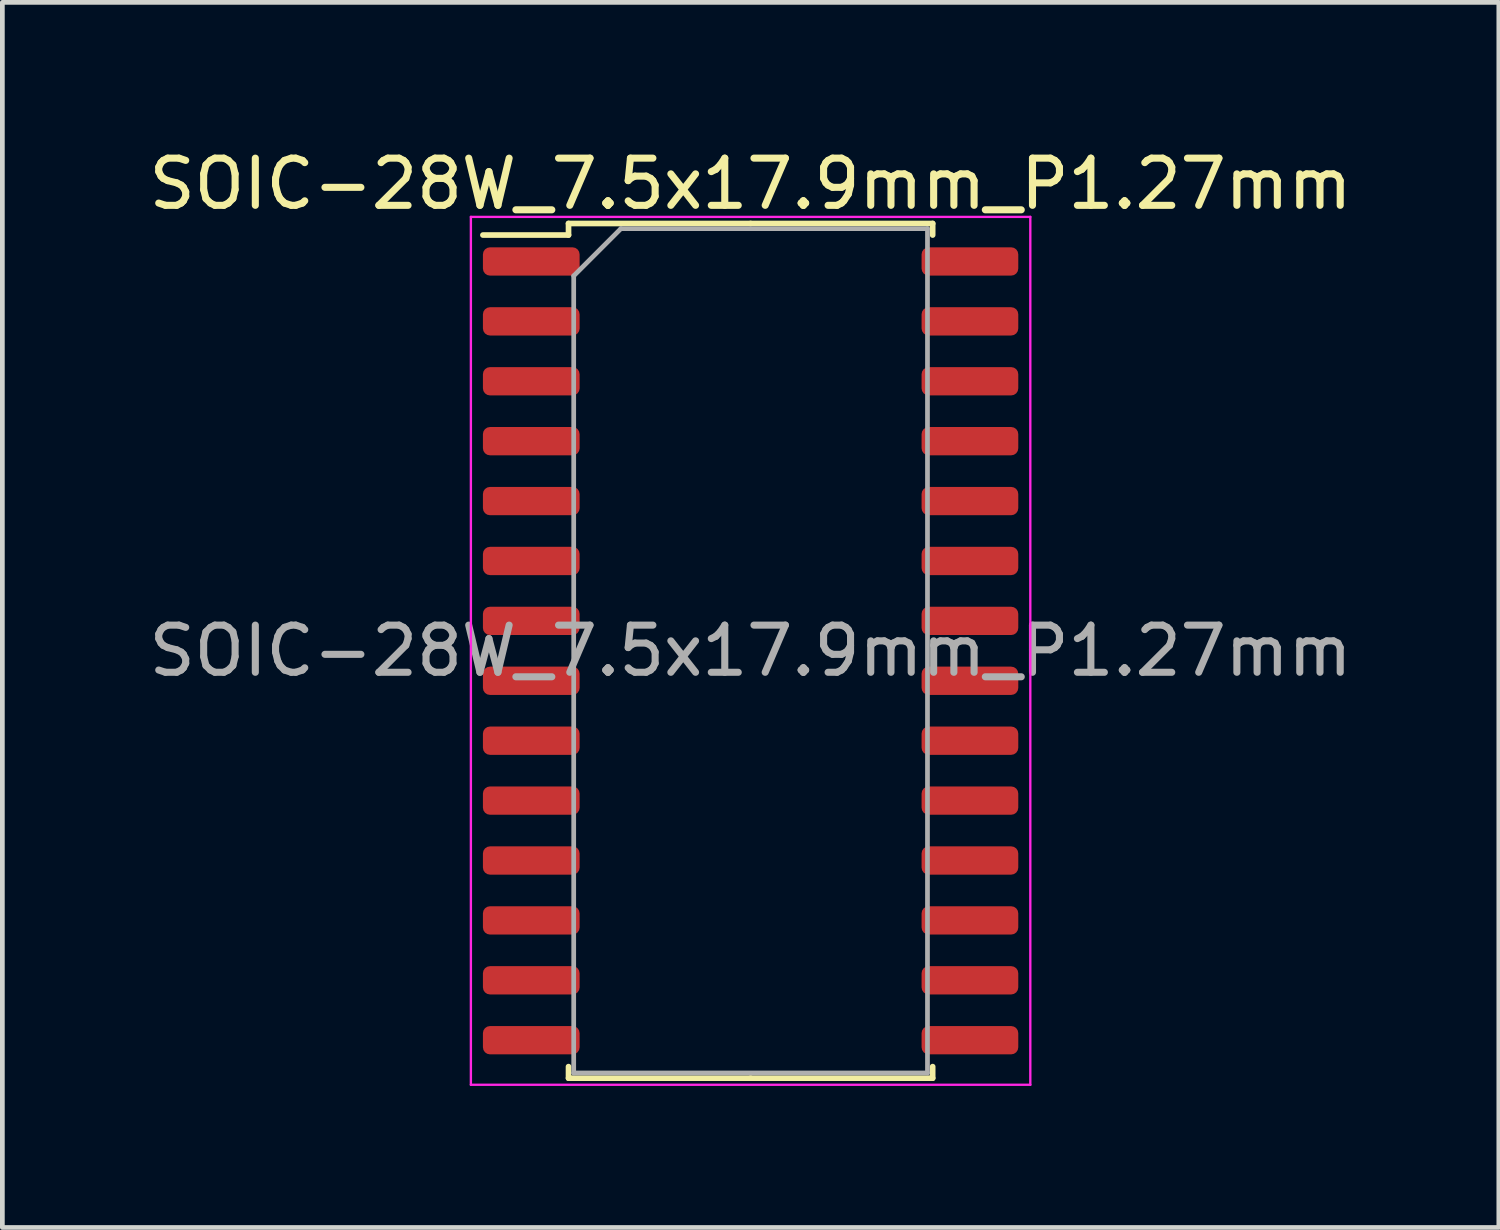
<source format=kicad_pcb>
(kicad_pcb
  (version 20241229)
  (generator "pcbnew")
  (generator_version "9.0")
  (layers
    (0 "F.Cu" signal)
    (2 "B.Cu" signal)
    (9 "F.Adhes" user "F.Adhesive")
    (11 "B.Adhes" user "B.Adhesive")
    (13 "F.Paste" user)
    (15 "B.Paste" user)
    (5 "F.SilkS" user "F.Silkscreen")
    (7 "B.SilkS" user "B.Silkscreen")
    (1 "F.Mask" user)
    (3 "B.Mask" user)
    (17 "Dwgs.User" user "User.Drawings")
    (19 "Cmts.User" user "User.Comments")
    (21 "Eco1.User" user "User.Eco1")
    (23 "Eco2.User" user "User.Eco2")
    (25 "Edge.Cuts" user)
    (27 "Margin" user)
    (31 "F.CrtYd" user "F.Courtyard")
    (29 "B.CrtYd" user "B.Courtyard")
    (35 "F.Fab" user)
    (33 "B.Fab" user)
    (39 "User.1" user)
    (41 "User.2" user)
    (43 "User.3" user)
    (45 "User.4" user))
  (footprint "SOIC-28W_7.5x17.9mm_P1.27mm"
    (layer "F.Cu")
    (at 12.863 10.748)
    (property "Reference" "SOIC-28W_7.5x17.9mm_P1.27mm" (at 0 -9.9 0) (layer "F.SilkS") (effects (font (size 1 1) (thickness 0.15))))
    (attr smd)
    (fp_line (start -3.86 -9.06) (end -3.86 -8.815) (stroke (width 0.12) (type solid)) (layer "F.SilkS"))
    (fp_line (start -3.86 -8.815) (end -5.675 -8.815) (stroke (width 0.12) (type solid)) (layer "F.SilkS"))
    (fp_line (start -3.86 9.06) (end -3.86 8.815) (stroke (width 0.12) (type solid)) (layer "F.SilkS"))
    (fp_line (start 0 -9.06) (end -3.86 -9.06) (stroke (width 0.12) (type solid)) (layer "F.SilkS"))
    (fp_line (start 0 -9.06) (end 3.86 -9.06) (stroke (width 0.12) (type solid)) (layer "F.SilkS"))
    (fp_line (start 0 9.06) (end -3.86 9.06) (stroke (width 0.12) (type solid)) (layer "F.SilkS"))
    (fp_line (start 0 9.06) (end 3.86 9.06) (stroke (width 0.12) (type solid)) (layer "F.SilkS"))
    (fp_line (start 3.86 -9.06) (end 3.86 -8.815) (stroke (width 0.12) (type solid)) (layer "F.SilkS"))
    (fp_line (start 3.86 9.06) (end 3.86 8.815) (stroke (width 0.12) (type solid)) (layer "F.SilkS"))
    (fp_line (start -5.93 -9.2) (end -5.93 9.2) (stroke (width 0.05) (type solid)) (layer "F.CrtYd"))
    (fp_line (start -5.93 9.2) (end 5.93 9.2) (stroke (width 0.05) (type solid)) (layer "F.CrtYd"))
    (fp_line (start 5.93 -9.2) (end -5.93 -9.2) (stroke (width 0.05) (type solid)) (layer "F.CrtYd"))
    (fp_line (start 5.93 9.2) (end 5.93 -9.2) (stroke (width 0.05) (type solid)) (layer "F.CrtYd"))
    (fp_line (start -3.75 -7.95) (end -2.75 -8.95) (stroke (width 0.1) (type solid)) (layer "F.Fab"))
    (fp_line (start -3.75 8.95) (end -3.75 -7.95) (stroke (width 0.1) (type solid)) (layer "F.Fab"))
    (fp_line (start -2.75 -8.95) (end 3.75 -8.95) (stroke (width 0.1) (type solid)) (layer "F.Fab"))
    (fp_line (start 3.75 -8.95) (end 3.75 8.95) (stroke (width 0.1) (type solid)) (layer "F.Fab"))
    (fp_line (start 3.75 8.95) (end -3.75 8.95) (stroke (width 0.1) (type solid)) (layer "F.Fab"))
    (fp_text user "${REFERENCE}" (at 0 0 0) (layer "F.Fab") (effects (font (size 1 1) (thickness 0.15))))
    (pad "1" smd roundrect (at -4.65 -8.255) (size 2.05 0.6) (layers "F.Cu" "F.Mask" "F.Paste") (roundrect_rratio 0.25))
    (pad "2" smd roundrect (at -4.65 -6.985) (size 2.05 0.6) (layers "F.Cu" "F.Mask" "F.Paste") (roundrect_rratio 0.25))
    (pad "3" smd roundrect (at -4.65 -5.715) (size 2.05 0.6) (layers "F.Cu" "F.Mask" "F.Paste") (roundrect_rratio 0.25))
    (pad "4" smd roundrect (at -4.65 -4.445) (size 2.05 0.6) (layers "F.Cu" "F.Mask" "F.Paste") (roundrect_rratio 0.25))
    (pad "5" smd roundrect (at -4.65 -3.175) (size 2.05 0.6) (layers "F.Cu" "F.Mask" "F.Paste") (roundrect_rratio 0.25))
    (pad "6" smd roundrect (at -4.65 -1.905) (size 2.05 0.6) (layers "F.Cu" "F.Mask" "F.Paste") (roundrect_rratio 0.25))
    (pad "7" smd roundrect (at -4.65 -0.635) (size 2.05 0.6) (layers "F.Cu" "F.Mask" "F.Paste") (roundrect_rratio 0.25))
    (pad "8" smd roundrect (at -4.65 0.635) (size 2.05 0.6) (layers "F.Cu" "F.Mask" "F.Paste") (roundrect_rratio 0.25))
    (pad "9" smd roundrect (at -4.65 1.905) (size 2.05 0.6) (layers "F.Cu" "F.Mask" "F.Paste") (roundrect_rratio 0.25))
    (pad "10" smd roundrect (at -4.65 3.175) (size 2.05 0.6) (layers "F.Cu" "F.Mask" "F.Paste") (roundrect_rratio 0.25))
    (pad "11" smd roundrect (at -4.65 4.445) (size 2.05 0.6) (layers "F.Cu" "F.Mask" "F.Paste") (roundrect_rratio 0.25))
    (pad "12" smd roundrect (at -4.65 5.715) (size 2.05 0.6) (layers "F.Cu" "F.Mask" "F.Paste") (roundrect_rratio 0.25))
    (pad "13" smd roundrect (at -4.65 6.985) (size 2.05 0.6) (layers "F.Cu" "F.Mask" "F.Paste") (roundrect_rratio 0.25))
    (pad "14" smd roundrect (at -4.65 8.255) (size 2.05 0.6) (layers "F.Cu" "F.Mask" "F.Paste") (roundrect_rratio 0.25))
    (pad "15" smd roundrect (at 4.65 8.255) (size 2.05 0.6) (layers "F.Cu" "F.Mask" "F.Paste") (roundrect_rratio 0.25))
    (pad "16" smd roundrect (at 4.65 6.985) (size 2.05 0.6) (layers "F.Cu" "F.Mask" "F.Paste") (roundrect_rratio 0.25))
    (pad "17" smd roundrect (at 4.65 5.715) (size 2.05 0.6) (layers "F.Cu" "F.Mask" "F.Paste") (roundrect_rratio 0.25))
    (pad "18" smd roundrect (at 4.65 4.445) (size 2.05 0.6) (layers "F.Cu" "F.Mask" "F.Paste") (roundrect_rratio 0.25))
    (pad "19" smd roundrect (at 4.65 3.175) (size 2.05 0.6) (layers "F.Cu" "F.Mask" "F.Paste") (roundrect_rratio 0.25))
    (pad "20" smd roundrect (at 4.65 1.905) (size 2.05 0.6) (layers "F.Cu" "F.Mask" "F.Paste") (roundrect_rratio 0.25))
    (pad "21" smd roundrect (at 4.65 0.635) (size 2.05 0.6) (layers "F.Cu" "F.Mask" "F.Paste") (roundrect_rratio 0.25))
    (pad "22" smd roundrect (at 4.65 -0.635) (size 2.05 0.6) (layers "F.Cu" "F.Mask" "F.Paste") (roundrect_rratio 0.25))
    (pad "23" smd roundrect (at 4.65 -1.905) (size 2.05 0.6) (layers "F.Cu" "F.Mask" "F.Paste") (roundrect_rratio 0.25))
    (pad "24" smd roundrect (at 4.65 -3.175) (size 2.05 0.6) (layers "F.Cu" "F.Mask" "F.Paste") (roundrect_rratio 0.25))
    (pad "25" smd roundrect (at 4.65 -4.445) (size 2.05 0.6) (layers "F.Cu" "F.Mask" "F.Paste") (roundrect_rratio 0.25))
    (pad "26" smd roundrect (at 4.65 -5.715) (size 2.05 0.6) (layers "F.Cu" "F.Mask" "F.Paste") (roundrect_rratio 0.25))
    (pad "27" smd roundrect (at 4.65 -6.985) (size 2.05 0.6) (layers "F.Cu" "F.Mask" "F.Paste") (roundrect_rratio 0.25))
    (pad "28" smd roundrect (at 4.65 -8.255) (size 2.05 0.6) (layers "F.Cu" "F.Mask" "F.Paste") (roundrect_rratio 0.25)))
  (gr_rect
    (start -3 -3)
    (end 28.726 22.973)
    (stroke (width 0.1) (type default))
    (fill no)
    (layer "Edge.Cuts")))
</source>
